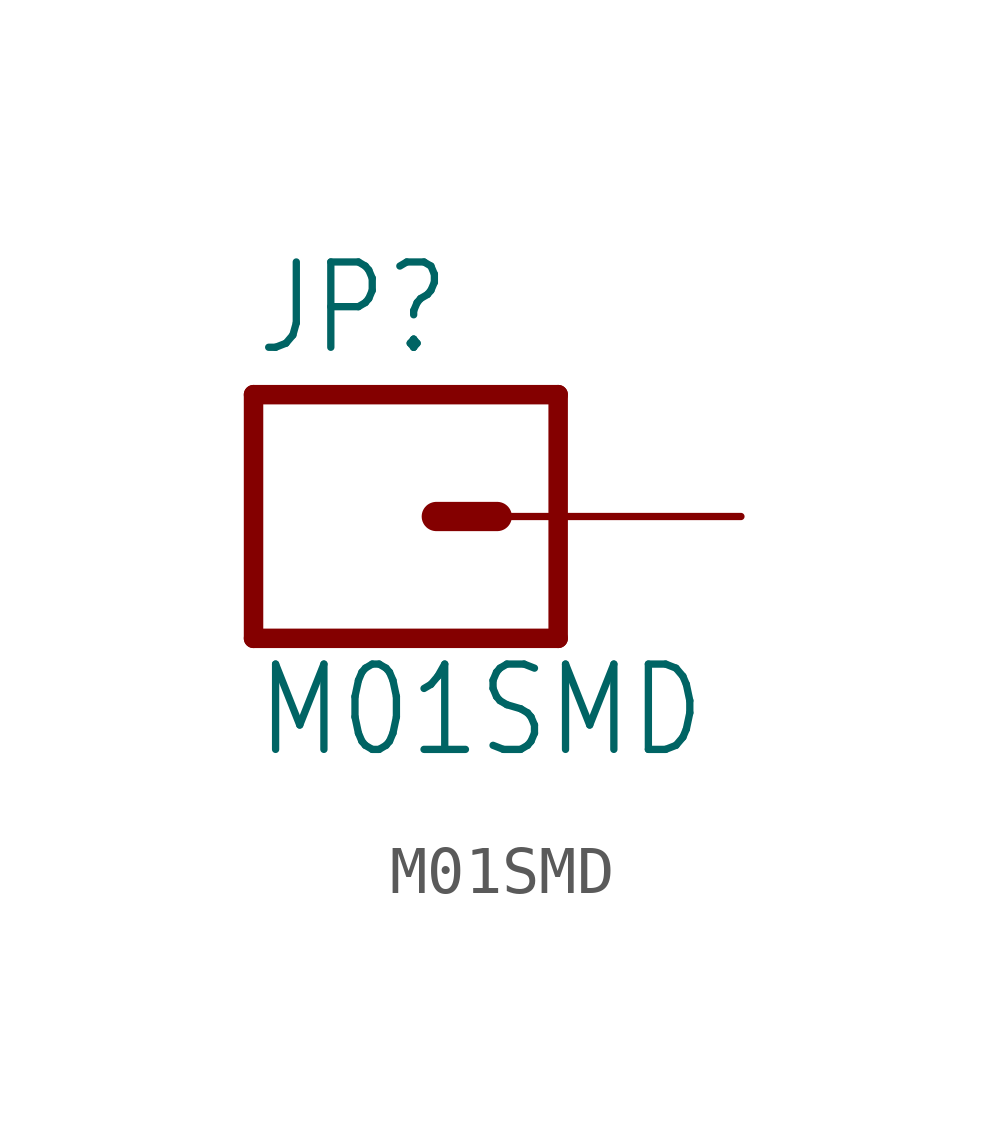
<source format=kicad_sym>
(kicad_symbol_lib
  (version 20211014)
  (generator kicad_symbol_editor)
  (symbol "M01SMD"
    (property "Reference" "JP"
      (at -2.54 3.302 0)
      (effects (font (size 1.778 1.511)) (justify left bottom)))
    (property "Value" "M01SMD"
      (at -2.54 -5.08 0)
      (effects (font (size 1.778 1.511)) (justify left bottom)))
    (property "ki_locked" ""
      (at 0 0 0)
      (effects (font (size 1.27 1.27))))
    (symbol "M01SMD_1_0"
      (polyline (pts (xy -2.54 2.54) (xy -2.54 -2.54)) (stroke (width 0.406) (type default) (color 0 0 0 0)) (fill (type none)))
      (polyline (pts (xy -2.54 2.54) (xy 3.81 2.54)) (stroke (width 0.406) (type default) (color 0 0 0 0)) (fill (type none)))
      (polyline (pts (xy 1.27 0) (xy 2.54 0)) (stroke (width 0.61) (type default) (color 0 0 0 0)) (fill (type none)))
      (polyline (pts (xy 3.81 -2.54) (xy -2.54 -2.54)) (stroke (width 0.406) (type default) (color 0 0 0 0)) (fill (type none)))
      (polyline (pts (xy 3.81 -2.54) (xy 3.81 2.54)) (stroke (width 0.406) (type default) (color 0 0 0 0)) (fill (type none)))
      (pin passive line (at 7.62 0 180) (length 5.08) (name "1" (effects (font (size 0 0)))) (number "P$1" (effects (font (size 0 0))))))))
</source>
